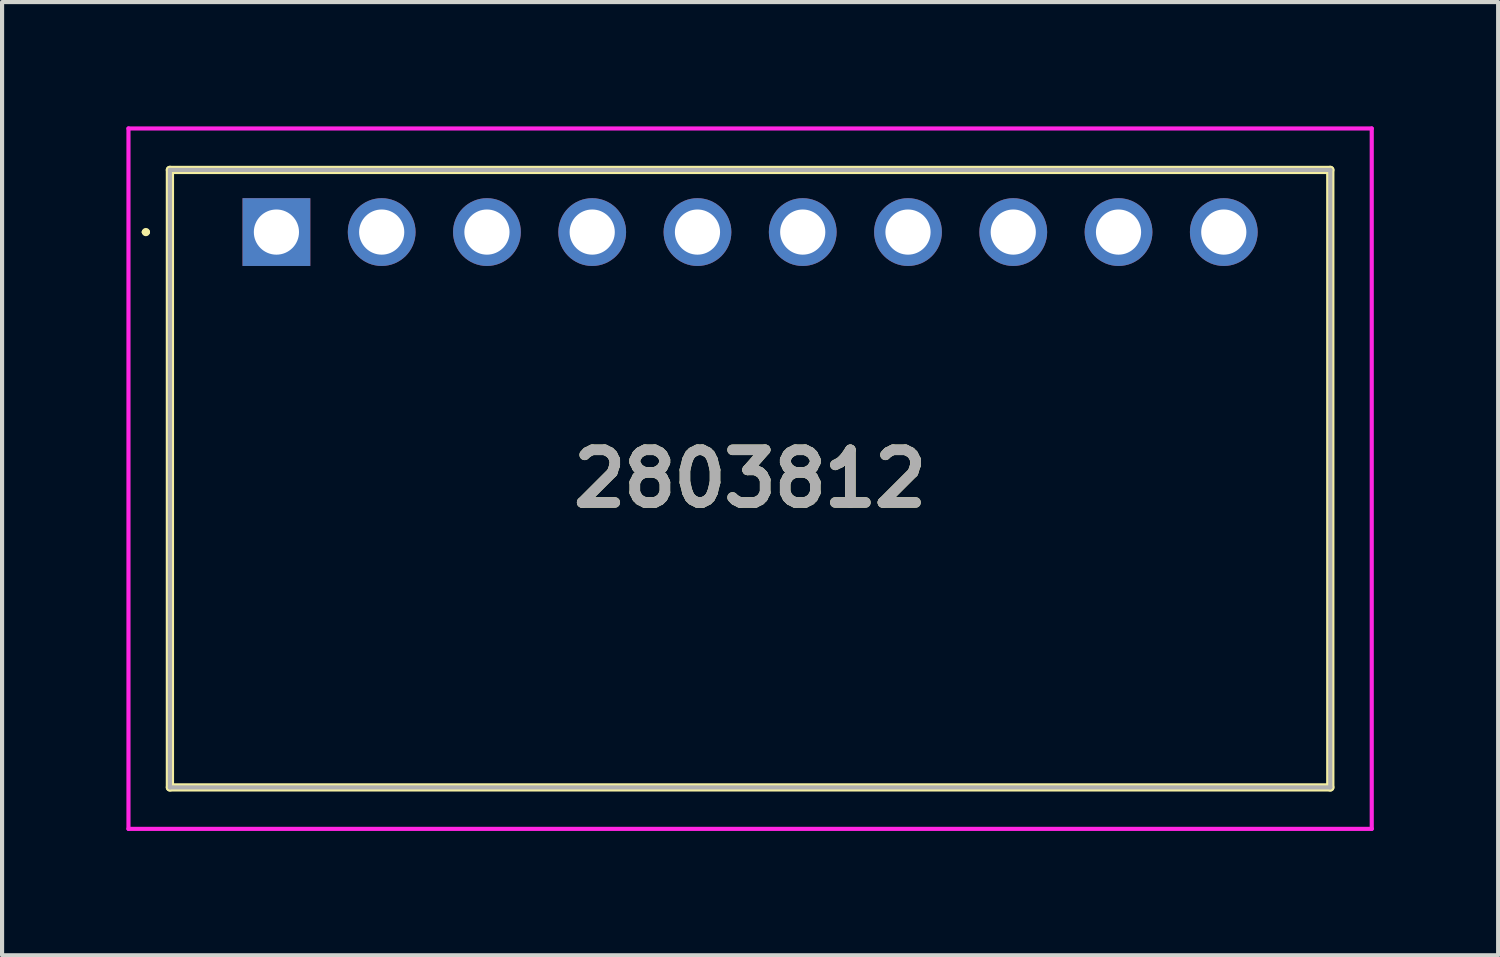
<source format=kicad_pcb>
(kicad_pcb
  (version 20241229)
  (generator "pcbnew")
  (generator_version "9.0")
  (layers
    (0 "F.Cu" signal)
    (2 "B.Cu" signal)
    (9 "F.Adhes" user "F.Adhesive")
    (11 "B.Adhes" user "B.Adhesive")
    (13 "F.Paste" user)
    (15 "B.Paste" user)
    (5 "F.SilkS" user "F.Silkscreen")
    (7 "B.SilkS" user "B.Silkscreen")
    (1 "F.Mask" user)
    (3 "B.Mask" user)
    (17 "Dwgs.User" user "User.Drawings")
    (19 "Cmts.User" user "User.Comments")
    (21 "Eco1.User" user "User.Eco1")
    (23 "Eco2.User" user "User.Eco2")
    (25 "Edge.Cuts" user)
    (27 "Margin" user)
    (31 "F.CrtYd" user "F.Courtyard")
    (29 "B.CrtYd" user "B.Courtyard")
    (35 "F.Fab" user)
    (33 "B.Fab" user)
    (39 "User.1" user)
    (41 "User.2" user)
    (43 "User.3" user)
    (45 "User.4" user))
  (footprint "2803812"
    (layer "F.Cu")
    (at 3.62 2.55)
    (property "Reference" "2803812" (at 11.43 5.95 0) (layer "F.SilkS") (effects (font (size 1.27 1.27) (thickness 0.254))))
    (attr through_hole)
    (fp_line (start -3.2 0) (end -3.2 0) (stroke (width 0.1) (type solid)) (layer "F.SilkS"))
    (fp_line (start -3.1 0) (end -3.1 0) (stroke (width 0.1) (type solid)) (layer "F.SilkS"))
    (fp_line (start -2.57 -1.5) (end -2.57 13.4) (stroke (width 0.2) (type solid)) (layer "F.SilkS"))
    (fp_line (start -2.57 13.4) (end 25.43 13.4) (stroke (width 0.2) (type solid)) (layer "F.SilkS"))
    (fp_line (start 25.43 -1.5) (end -2.57 -1.5) (stroke (width 0.2) (type solid)) (layer "F.SilkS"))
    (fp_line (start 25.43 13.4) (end 25.43 -1.5) (stroke (width 0.2) (type solid)) (layer "F.SilkS"))
    (fp_arc (start -3.2 0) (mid -3.15 -0.05) (end -3.1 0) (stroke (width 0.1) (type solid)) (layer "F.SilkS"))
    (fp_arc (start -3.1 0) (mid -3.15 0.05) (end -3.2 0) (stroke (width 0.1) (type solid)) (layer "F.SilkS"))
    (fp_line (start -3.57 -2.5) (end -3.57 14.4) (stroke (width 0.1) (type solid)) (layer "F.CrtYd"))
    (fp_line (start -3.57 14.4) (end 26.43 14.4) (stroke (width 0.1) (type solid)) (layer "F.CrtYd"))
    (fp_line (start 26.43 -2.5) (end -3.57 -2.5) (stroke (width 0.1) (type solid)) (layer "F.CrtYd"))
    (fp_line (start 26.43 14.4) (end 26.43 -2.5) (stroke (width 0.1) (type solid)) (layer "F.CrtYd"))
    (fp_line (start -2.57 -1.5) (end -2.57 13.4) (stroke (width 0.1) (type solid)) (layer "F.Fab"))
    (fp_line (start -2.57 13.4) (end 25.43 13.4) (stroke (width 0.1) (type solid)) (layer "F.Fab"))
    (fp_line (start 25.43 -1.5) (end -2.57 -1.5) (stroke (width 0.1) (type solid)) (layer "F.Fab"))
    (fp_line (start 25.43 13.4) (end 25.43 -1.5) (stroke (width 0.1) (type solid)) (layer "F.Fab"))
    (fp_text user "${REFERENCE}" (at 11.43 5.95 0) (layer "F.Fab") (effects (font (size 1.27 1.27) (thickness 0.254))))
    (pad "1" thru_hole rect (at 0 0) (size 1.635 1.635) (drill 1.09) (layers "*.Cu" "*.Mask"))
    (pad "2" thru_hole circle (at 2.54 0) (size 1.635 1.635) (drill 1.09) (layers "*.Cu" "*.Mask"))
    (pad "3" thru_hole circle (at 5.08 0) (size 1.635 1.635) (drill 1.09) (layers "*.Cu" "*.Mask"))
    (pad "4" thru_hole circle (at 7.62 0) (size 1.635 1.635) (drill 1.09) (layers "*.Cu" "*.Mask"))
    (pad "5" thru_hole circle (at 10.16 0) (size 1.635 1.635) (drill 1.09) (layers "*.Cu" "*.Mask"))
    (pad "6" thru_hole circle (at 12.7 0) (size 1.635 1.635) (drill 1.09) (layers "*.Cu" "*.Mask"))
    (pad "7" thru_hole circle (at 15.24 0) (size 1.635 1.635) (drill 1.09) (layers "*.Cu" "*.Mask"))
    (pad "8" thru_hole circle (at 17.78 0) (size 1.635 1.635) (drill 1.09) (layers "*.Cu" "*.Mask"))
    (pad "9" thru_hole circle (at 20.32 0) (size 1.635 1.635) (drill 1.09) (layers "*.Cu" "*.Mask"))
    (pad "10" thru_hole circle (at 22.86 0) (size 1.635 1.635) (drill 1.09) (layers "*.Cu" "*.Mask")))
  (gr_rect
    (start -3 -3)
    (end 33.1 20)
    (stroke (width 0.1) (type default))
    (fill no)
    (layer "Edge.Cuts")))
</source>
